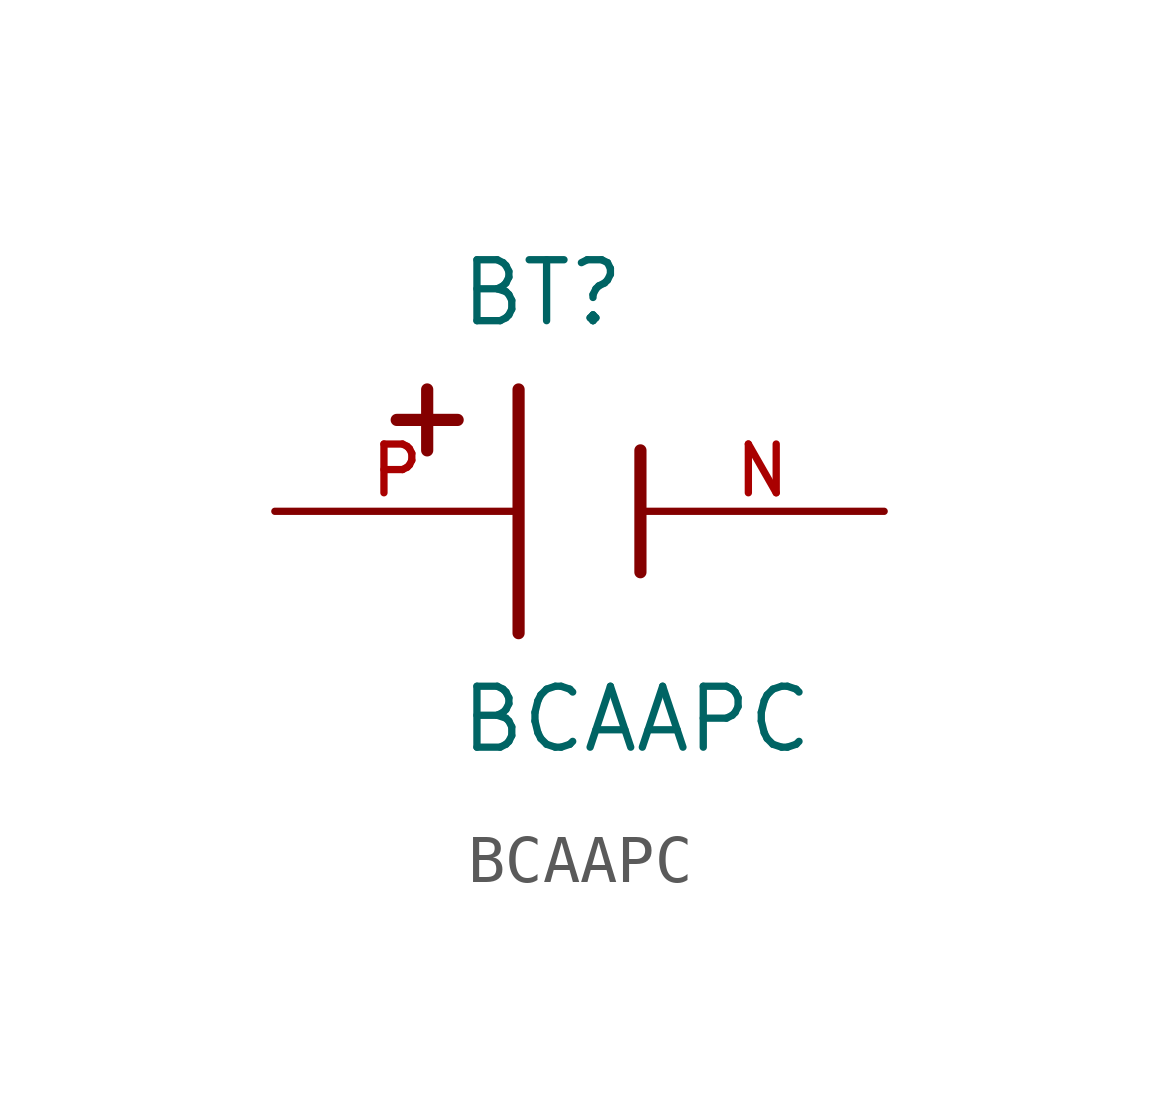
<source format=kicad_sym>
(kicad_symbol_lib
  (version 20220914)
  (generator kicad_symbol_editor)
  (symbol "BCAAPC"
    (pin_names
      (offset 1.016))
    (property "Reference" "BT"
      (at -3.81 3.81 0)
      (effects (font (size 1.27 1.27)) (justify left bottom)))
    (property "Value" "BCAAPC"
      (at -3.81 -5.08 0)
      (effects (font (size 1.27 1.27)) (justify left bottom)))
    (symbol "BCAAPC_0_0"
      (polyline (pts (xy -5.08 1.905) (xy -3.81 1.905)) (stroke (width 0.254) (type default)) (fill (type none)))
      (polyline (pts (xy -4.445 2.54) (xy -4.445 1.27)) (stroke (width 0.254) (type default)) (fill (type none)))
      (polyline (pts (xy -2.54 2.54) (xy -2.54 -2.54)) (stroke (width 0.254) (type default)) (fill (type none)))
      (polyline (pts (xy 0 1.27) (xy 0 -1.27)) (stroke (width 0.254) (type default)) (fill (type none)))
      (pin passive line (at 5.08 0 180) (length 5.08) (name "~" (effects (font (size 1.016 1.016)))) (number "N" (effects (font (size 1.016 1.016)))))
      (pin passive line (at -7.62 0 0) (length 5.08) (name "~" (effects (font (size 1.016 1.016)))) (number "P" (effects (font (size 1.016 1.016))))))))
</source>
